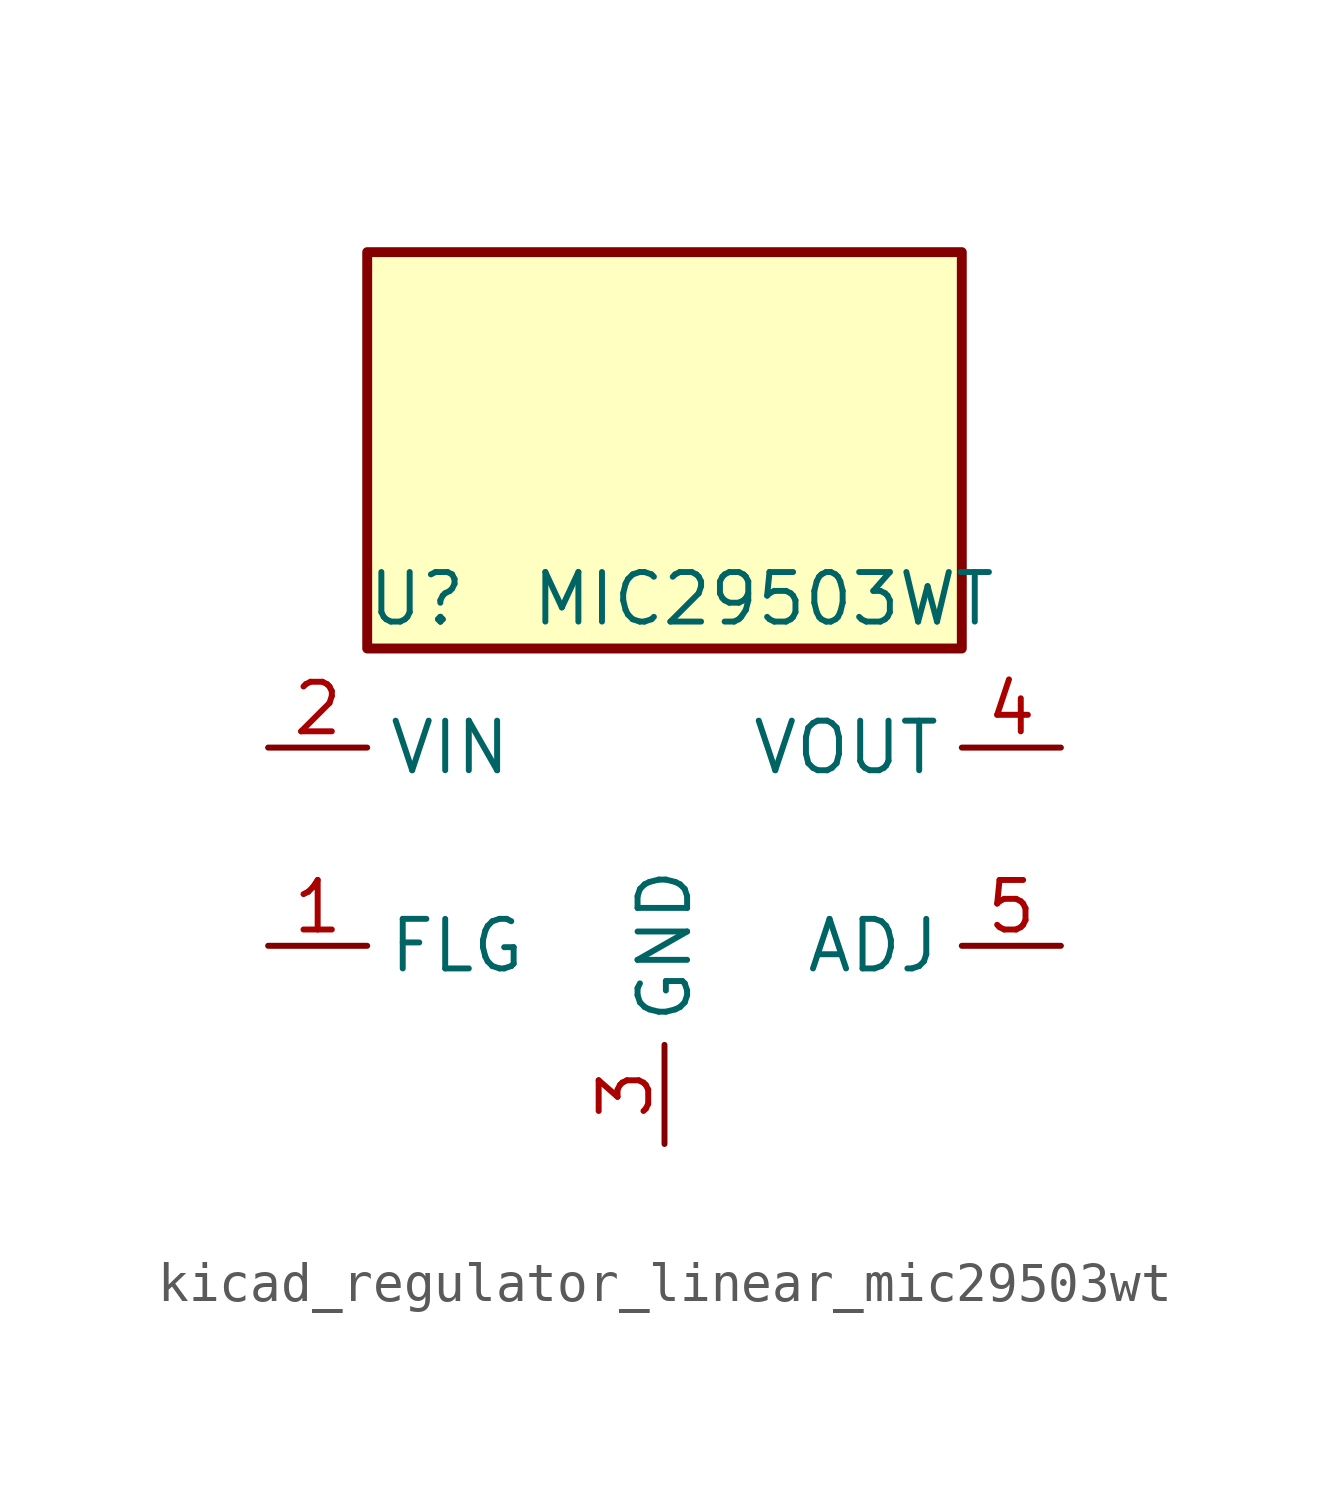
<source format=kicad_sym>
(kicad_symbol_lib
  (version 20220914)
  (generator kicad_symbol_editor)
  (symbol "kicad_regulator_linear_mic29503wt"
    (property "Reference" "U"
      (at -6.35 6.35 0)
      (effects (font (size 1.27 1.27))))
    (property "Value" "MIC29503WT"
      (at 2.54 6.35 0)
      (effects (font (size 1.27 1.27))))
    (symbol "kicad_regulator_linear_mic29503wt_1_1"
      (rectangle (start 7.62 15.24) (end -7.62 5.08) (stroke (width 0.254) (type default)) (fill (type background)))
      (pin open_collector line (at -10.16 -2.54 0) (length 2.54) (name "FLG" (effects (font (size 1.27 1.27)))) (number "1" (effects (font (size 1.27 1.27)))))
      (pin power_in line (at -10.16 2.54 0) (length 2.54) (name "VIN" (effects (font (size 1.27 1.27)))) (number "2" (effects (font (size 1.27 1.27)))))
      (pin power_in line (at 0 -7.62 90) (length 2.54) (name "GND" (effects (font (size 1.27 1.27)))) (number "3" (effects (font (size 1.27 1.27)))))
      (pin power_out line (at 10.16 2.54 180) (length 2.54) (name "VOUT" (effects (font (size 1.27 1.27)))) (number "4" (effects (font (size 1.27 1.27)))))
      (pin input line (at 10.16 -2.54 180) (length 2.54) (name "ADJ" (effects (font (size 1.27 1.27)))) (number "5" (effects (font (size 1.27 1.27))))))))
</source>
